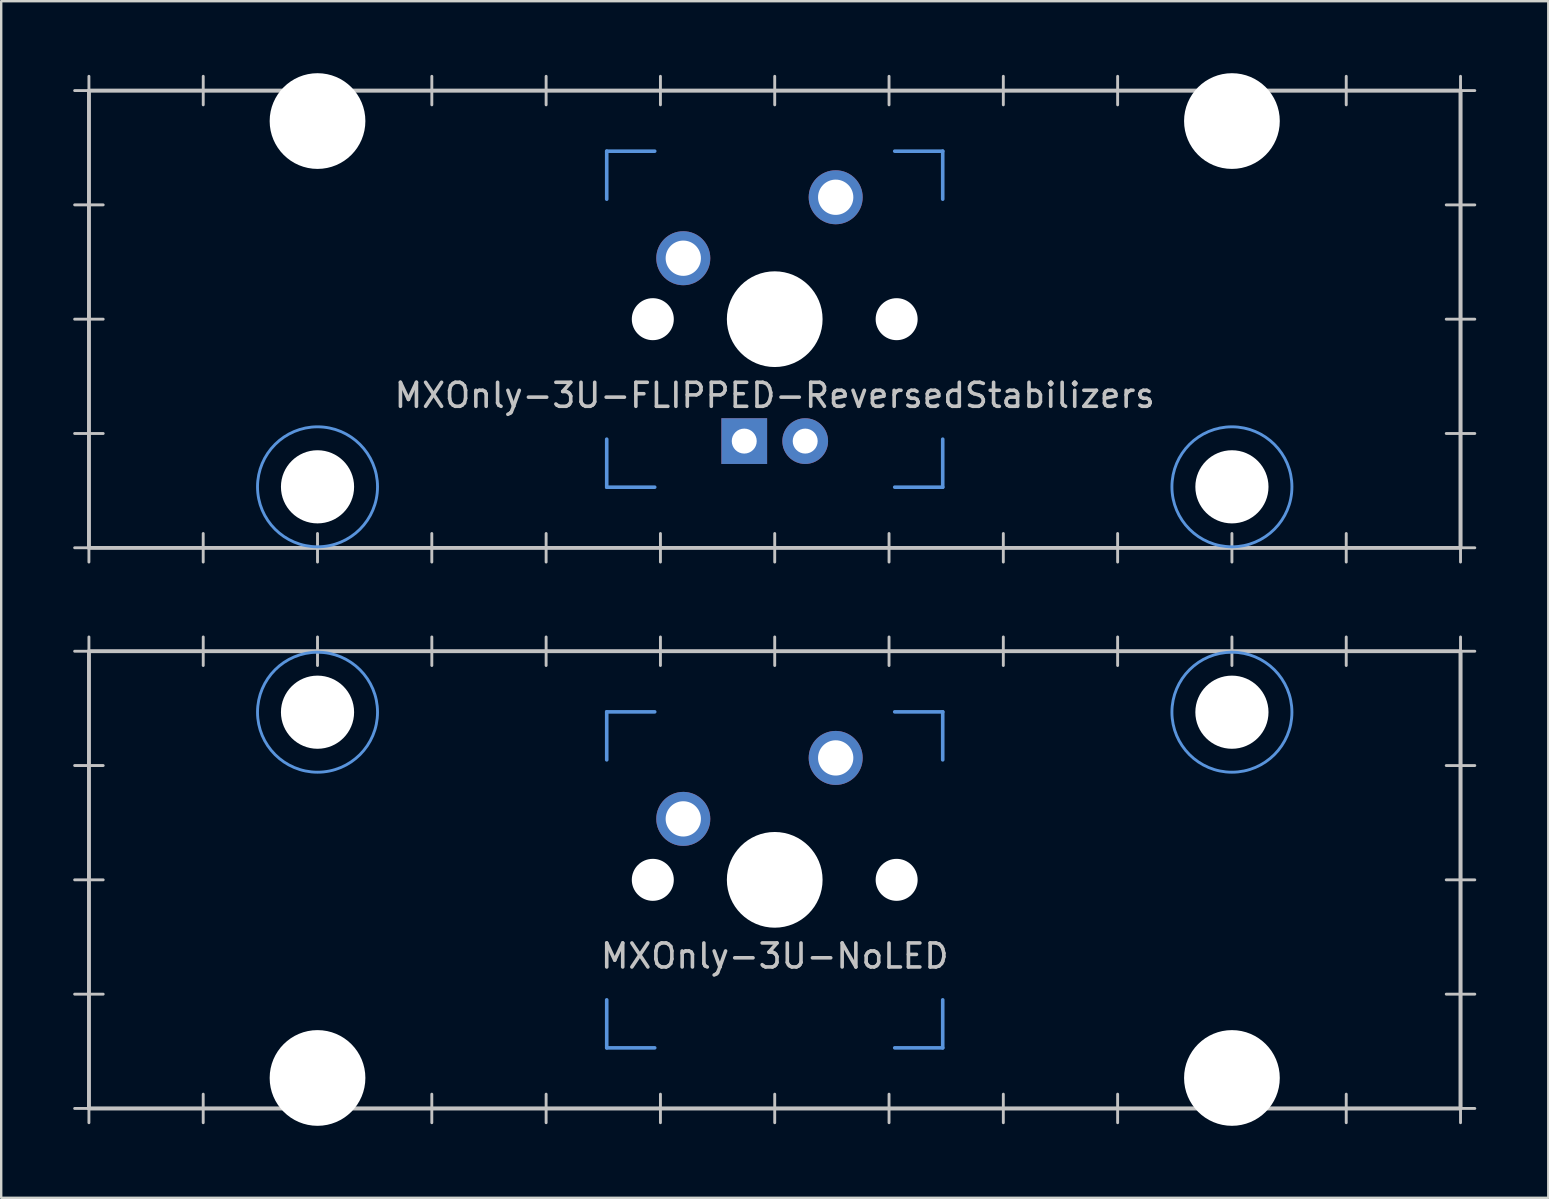
<source format=kicad_pcb>
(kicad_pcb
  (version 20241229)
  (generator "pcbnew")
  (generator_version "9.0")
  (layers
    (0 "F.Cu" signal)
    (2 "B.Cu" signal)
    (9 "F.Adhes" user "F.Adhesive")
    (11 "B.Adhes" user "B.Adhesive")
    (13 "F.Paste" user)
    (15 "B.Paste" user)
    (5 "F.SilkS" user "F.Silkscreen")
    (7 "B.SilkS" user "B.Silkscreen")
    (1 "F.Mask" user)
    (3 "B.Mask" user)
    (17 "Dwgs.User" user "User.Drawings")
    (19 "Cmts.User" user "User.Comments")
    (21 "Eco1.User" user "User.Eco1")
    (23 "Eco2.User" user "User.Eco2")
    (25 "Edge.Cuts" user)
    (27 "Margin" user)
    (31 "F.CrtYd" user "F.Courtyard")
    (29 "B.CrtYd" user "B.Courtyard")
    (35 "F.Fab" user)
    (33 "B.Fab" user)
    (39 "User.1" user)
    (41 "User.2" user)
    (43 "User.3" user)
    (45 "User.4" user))
  (footprint "MXOnly-3U-FLIPPED-ReversedStabilizers"
    (layer "F.Cu")
    (at 29.23 10.249)
    (property "Reference" "MXOnly-3U-FLIPPED-ReversedStabilizers" (at 0 3.175 0) (layer "Dwgs.User") (effects (font (size 1 1) (thickness 0.15))))
    (attr through_hole)
    (fp_line (start -29.17 -9.525) (end -28.575 -9.525) (stroke (width 0.12) (type solid)) (layer "Dwgs.User"))
    (fp_line (start -29.17 0) (end -27.98 0) (stroke (width 0.12) (type solid)) (layer "Dwgs.User"))
    (fp_line (start -29.17 4.763) (end -27.98 4.763) (stroke (width 0.12) (type solid)) (layer "Dwgs.User"))
    (fp_line (start -29.17 9.525) (end -28.575 9.525) (stroke (width 0.12) (type solid)) (layer "Dwgs.User"))
    (fp_line (start -28.575 10.12) (end -28.575 9.525) (stroke (width 0.12) (type solid)) (layer "Dwgs.User"))
    (fp_line (start -28.575 -10.12) (end -28.575 -9.525) (stroke (width 0.12) (type solid)) (layer "Dwgs.User"))
    (fp_line (start -28.575 -9.525) (end 28.575 -9.525) (stroke (width 0.15) (type solid)) (layer "Dwgs.User"))
    (fp_line (start -28.575 9.525) (end -28.575 -9.525) (stroke (width 0.15) (type solid)) (layer "Dwgs.User"))
    (fp_line (start -28.575 9.525) (end 28.575 9.525) (stroke (width 0.15) (type solid)) (layer "Dwgs.User"))
    (fp_line (start -28.575 -9.525) (end 28.575 -9.525) (stroke (width 0.15) (type solid)) (layer "Dwgs.User"))
    (fp_line (start -28.575 9.525) (end -28.575 -9.525) (stroke (width 0.15) (type solid)) (layer "Dwgs.User"))
    (fp_line (start -28.575 9.525) (end 28.575 9.525) (stroke (width 0.15) (type solid)) (layer "Dwgs.User"))
    (fp_line (start -27.98 -4.763) (end -29.17 -4.763) (stroke (width 0.12) (type solid)) (layer "Dwgs.User"))
    (fp_line (start -23.813 8.93) (end -23.813 10.12) (stroke (width 0.12) (type solid)) (layer "Dwgs.User"))
    (fp_line (start -23.812 -10.12) (end -23.812 -8.93) (stroke (width 0.12) (type solid)) (layer "Dwgs.User"))
    (fp_line (start -19.05 8.93) (end -19.05 10.12) (stroke (width 0.12) (type solid)) (layer "Dwgs.User"))
    (fp_line (start -19.05 -10.12) (end -19.05 -8.93) (stroke (width 0.12) (type solid)) (layer "Dwgs.User"))
    (fp_line (start -14.288 10.12) (end -14.288 8.93) (stroke (width 0.12) (type solid)) (layer "Dwgs.User"))
    (fp_line (start -14.287 -8.93) (end -14.287 -10.12) (stroke (width 0.12) (type solid)) (layer "Dwgs.User"))
    (fp_line (start -9.525 8.93) (end -9.525 10.12) (stroke (width 0.12) (type solid)) (layer "Dwgs.User"))
    (fp_line (start -9.525 -10.12) (end -9.525 -8.93) (stroke (width 0.12) (type solid)) (layer "Dwgs.User"))
    (fp_line (start -4.762 10.12) (end -4.762 8.93) (stroke (width 0.12) (type solid)) (layer "Dwgs.User"))
    (fp_line (start -4.762 -8.93) (end -4.762 -10.12) (stroke (width 0.12) (type solid)) (layer "Dwgs.User"))
    (fp_line (start 0.000006 8.93) (end 0.000006 10.12) (stroke (width 0.12) (type solid)) (layer "Dwgs.User"))
    (fp_line (start 0.000024 -10.12) (end 0.000024 -8.93) (stroke (width 0.12) (type solid)) (layer "Dwgs.User"))
    (fp_line (start 4.763 10.12) (end 4.763 8.93) (stroke (width 0.12) (type solid)) (layer "Dwgs.User"))
    (fp_line (start 4.763 -8.93) (end 4.763 -10.12) (stroke (width 0.12) (type solid)) (layer "Dwgs.User"))
    (fp_line (start 9.525 8.93) (end 9.525 10.12) (stroke (width 0.12) (type solid)) (layer "Dwgs.User"))
    (fp_line (start 9.525 -10.12) (end 9.525 -8.93) (stroke (width 0.12) (type solid)) (layer "Dwgs.User"))
    (fp_line (start 14.288 10.12) (end 14.288 8.93) (stroke (width 0.12) (type solid)) (layer "Dwgs.User"))
    (fp_line (start 14.288 -8.93) (end 14.288 -10.12) (stroke (width 0.12) (type solid)) (layer "Dwgs.User"))
    (fp_line (start 19.05 8.93) (end 19.05 10.12) (stroke (width 0.12) (type solid)) (layer "Dwgs.User"))
    (fp_line (start 19.05 -10.12) (end 19.05 -8.93) (stroke (width 0.12) (type solid)) (layer "Dwgs.User"))
    (fp_line (start 23.813 10.12) (end 23.813 8.93) (stroke (width 0.12) (type solid)) (layer "Dwgs.User"))
    (fp_line (start 23.813 -8.93) (end 23.813 -10.12) (stroke (width 0.12) (type solid)) (layer "Dwgs.User"))
    (fp_line (start 27.98 4.763) (end 29.17 4.763) (stroke (width 0.12) (type solid)) (layer "Dwgs.User"))
    (fp_line (start 28.575 -9.525) (end 28.575 9.525) (stroke (width 0.15) (type solid)) (layer "Dwgs.User"))
    (fp_line (start 28.575 -9.525) (end 28.575 9.525) (stroke (width 0.15) (type solid)) (layer "Dwgs.User"))
    (fp_line (start 28.575 10.12) (end 28.575 9.525) (stroke (width 0.12) (type solid)) (layer "Dwgs.User"))
    (fp_line (start 28.575 -10.12) (end 28.575 -9.525) (stroke (width 0.12) (type solid)) (layer "Dwgs.User"))
    (fp_line (start 29.17 -9.525) (end 28.575 -9.525) (stroke (width 0.12) (type solid)) (layer "Dwgs.User"))
    (fp_line (start 29.17 -4.762) (end 27.98 -4.762) (stroke (width 0.12) (type solid)) (layer "Dwgs.User"))
    (fp_line (start 29.17 0.000008) (end 27.98 0.000008) (stroke (width 0.12) (type solid)) (layer "Dwgs.User"))
    (fp_line (start 29.17 9.525) (end 28.575 9.525) (stroke (width 0.12) (type solid)) (layer "Dwgs.User"))
    (fp_line (start -7 -7) (end -7 -5) (stroke (width 0.15) (type solid)) (layer "Cmts.User"))
    (fp_line (start -7 7) (end -7 5) (stroke (width 0.15) (type solid)) (layer "Cmts.User"))
    (fp_line (start -5 -7) (end -7 -7) (stroke (width 0.15) (type solid)) (layer "Cmts.User"))
    (fp_line (start -5 7) (end -7 7) (stroke (width 0.15) (type solid)) (layer "Cmts.User"))
    (fp_line (start 5 -7) (end 7 -7) (stroke (width 0.15) (type solid)) (layer "Cmts.User"))
    (fp_line (start 7 -7) (end 7 -5) (stroke (width 0.15) (type solid)) (layer "Cmts.User"))
    (fp_line (start 7 5) (end 7 7) (stroke (width 0.15) (type solid)) (layer "Cmts.User"))
    (fp_line (start 7 7) (end 5 7) (stroke (width 0.15) (type solid)) (layer "Cmts.User"))
    (fp_circle (center -19.05 6.985) (end -21.55 6.985) (stroke (width 0.12) (type solid)) (fill no) (layer "Cmts.User"))
    (fp_circle (center 19.05 6.985) (end 16.55 6.985) (stroke (width 0.12) (type solid)) (fill no) (layer "Cmts.User"))
    (pad "" np_thru_hole circle (at -19.05 -8.255) (size 3.988 3.988) (drill 3.988) (layers "*.Cu" "*.Mask"))
    (pad "" np_thru_hole circle (at -19.05 6.985) (size 3.048 3.048) (drill 3.048) (layers "*.Cu" "*.Mask"))
    (pad "" np_thru_hole circle (at -5.08 0 48.1) (size 1.75 1.75) (drill 1.75) (layers "*.Cu" "*.Mask"))
    (pad "" np_thru_hole circle (at 0 0) (size 3.988 3.988) (drill 3.988) (layers "*.Cu" "*.Mask"))
    (pad "" np_thru_hole circle (at 5.08 0 48.1) (size 1.75 1.75) (drill 1.75) (layers "*.Cu" "*.Mask"))
    (pad "" np_thru_hole circle (at 19.05 -8.255) (size 3.988 3.988) (drill 3.988) (layers "*.Cu" "*.Mask"))
    (pad "" np_thru_hole circle (at 19.05 6.985) (size 3.048 3.048) (drill 3.048) (layers "*.Cu" "*.Mask"))
    (pad "1" thru_hole circle (at -3.81 -2.54 48.1) (size 2.25 2.25) (drill 1.47) (layers "*.Cu" "B.Mask"))
    (pad "2" thru_hole circle (at 2.54 -5.08) (size 2.25 2.25) (drill 1.47) (layers "*.Cu" "B.Mask"))
    (pad "3" thru_hole circle (at 1.27 5.08) (size 1.905 1.905) (drill 1.04) (layers "*.Cu" "B.Mask"))
    (pad "4" thru_hole rect (at -1.27 5.08) (size 1.905 1.905) (drill 1.04) (layers "*.Cu" "B.Mask")))
  (footprint "MXOnly-3U-NoLED"
    (layer "F.Cu")
    (at 29.23 33.61)
    (property "Reference" "MXOnly-3U-NoLED" (at 0 3.175 0) (layer "Dwgs.User") (effects (font (size 1 1) (thickness 0.15))))
    (attr through_hole)
    (fp_line (start -29.17 -9.525) (end -28.575 -9.525) (stroke (width 0.12) (type solid)) (layer "Dwgs.User"))
    (fp_line (start -29.17 0) (end -27.98 0) (stroke (width 0.12) (type solid)) (layer "Dwgs.User"))
    (fp_line (start -29.17 4.763) (end -27.98 4.763) (stroke (width 0.12) (type solid)) (layer "Dwgs.User"))
    (fp_line (start -29.17 9.525) (end -28.575 9.525) (stroke (width 0.12) (type solid)) (layer "Dwgs.User"))
    (fp_line (start -28.575 10.12) (end -28.575 9.525) (stroke (width 0.12) (type solid)) (layer "Dwgs.User"))
    (fp_line (start -28.575 -10.12) (end -28.575 -9.525) (stroke (width 0.12) (type solid)) (layer "Dwgs.User"))
    (fp_line (start -28.575 -9.525) (end 28.575 -9.525) (stroke (width 0.15) (type solid)) (layer "Dwgs.User"))
    (fp_line (start -28.575 9.525) (end -28.575 -9.525) (stroke (width 0.15) (type solid)) (layer "Dwgs.User"))
    (fp_line (start -28.575 9.525) (end 28.575 9.525) (stroke (width 0.15) (type solid)) (layer "Dwgs.User"))
    (fp_line (start -28.575 -9.525) (end 28.575 -9.525) (stroke (width 0.15) (type solid)) (layer "Dwgs.User"))
    (fp_line (start -28.575 9.525) (end -28.575 -9.525) (stroke (width 0.15) (type solid)) (layer "Dwgs.User"))
    (fp_line (start -28.575 9.525) (end 28.575 9.525) (stroke (width 0.15) (type solid)) (layer "Dwgs.User"))
    (fp_line (start -27.98 -4.763) (end -29.17 -4.763) (stroke (width 0.12) (type solid)) (layer "Dwgs.User"))
    (fp_line (start -23.813 8.93) (end -23.813 10.12) (stroke (width 0.12) (type solid)) (layer "Dwgs.User"))
    (fp_line (start -23.812 -10.12) (end -23.812 -8.93) (stroke (width 0.12) (type solid)) (layer "Dwgs.User"))
    (fp_line (start -19.05 8.93) (end -19.05 10.12) (stroke (width 0.12) (type solid)) (layer "Dwgs.User"))
    (fp_line (start -19.05 -10.12) (end -19.05 -8.93) (stroke (width 0.12) (type solid)) (layer "Dwgs.User"))
    (fp_line (start -14.288 10.12) (end -14.288 8.93) (stroke (width 0.12) (type solid)) (layer "Dwgs.User"))
    (fp_line (start -14.287 -8.93) (end -14.287 -10.12) (stroke (width 0.12) (type solid)) (layer "Dwgs.User"))
    (fp_line (start -9.525 8.93) (end -9.525 10.12) (stroke (width 0.12) (type solid)) (layer "Dwgs.User"))
    (fp_line (start -9.525 -10.12) (end -9.525 -8.93) (stroke (width 0.12) (type solid)) (layer "Dwgs.User"))
    (fp_line (start -4.762 10.12) (end -4.762 8.93) (stroke (width 0.12) (type solid)) (layer "Dwgs.User"))
    (fp_line (start -4.762 -8.93) (end -4.762 -10.12) (stroke (width 0.12) (type solid)) (layer "Dwgs.User"))
    (fp_line (start 0.000006 8.93) (end 0.000006 10.12) (stroke (width 0.12) (type solid)) (layer "Dwgs.User"))
    (fp_line (start 0.000024 -10.12) (end 0.000024 -8.93) (stroke (width 0.12) (type solid)) (layer "Dwgs.User"))
    (fp_line (start 4.763 10.12) (end 4.763 8.93) (stroke (width 0.12) (type solid)) (layer "Dwgs.User"))
    (fp_line (start 4.763 -8.93) (end 4.763 -10.12) (stroke (width 0.12) (type solid)) (layer "Dwgs.User"))
    (fp_line (start 9.525 8.93) (end 9.525 10.12) (stroke (width 0.12) (type solid)) (layer "Dwgs.User"))
    (fp_line (start 9.525 -10.12) (end 9.525 -8.93) (stroke (width 0.12) (type solid)) (layer "Dwgs.User"))
    (fp_line (start 14.288 10.12) (end 14.288 8.93) (stroke (width 0.12) (type solid)) (layer "Dwgs.User"))
    (fp_line (start 14.288 -8.93) (end 14.288 -10.12) (stroke (width 0.12) (type solid)) (layer "Dwgs.User"))
    (fp_line (start 19.05 8.93) (end 19.05 10.12) (stroke (width 0.12) (type solid)) (layer "Dwgs.User"))
    (fp_line (start 19.05 -10.12) (end 19.05 -8.93) (stroke (width 0.12) (type solid)) (layer "Dwgs.User"))
    (fp_line (start 23.813 10.12) (end 23.813 8.93) (stroke (width 0.12) (type solid)) (layer "Dwgs.User"))
    (fp_line (start 23.813 -8.93) (end 23.813 -10.12) (stroke (width 0.12) (type solid)) (layer "Dwgs.User"))
    (fp_line (start 27.98 4.763) (end 29.17 4.763) (stroke (width 0.12) (type solid)) (layer "Dwgs.User"))
    (fp_line (start 28.575 -9.525) (end 28.575 9.525) (stroke (width 0.15) (type solid)) (layer "Dwgs.User"))
    (fp_line (start 28.575 -9.525) (end 28.575 9.525) (stroke (width 0.15) (type solid)) (layer "Dwgs.User"))
    (fp_line (start 28.575 10.12) (end 28.575 9.525) (stroke (width 0.12) (type solid)) (layer "Dwgs.User"))
    (fp_line (start 28.575 -10.12) (end 28.575 -9.525) (stroke (width 0.12) (type solid)) (layer "Dwgs.User"))
    (fp_line (start 29.17 -9.525) (end 28.575 -9.525) (stroke (width 0.12) (type solid)) (layer "Dwgs.User"))
    (fp_line (start 29.17 -4.762) (end 27.98 -4.762) (stroke (width 0.12) (type solid)) (layer "Dwgs.User"))
    (fp_line (start 29.17 0.000008) (end 27.98 0.000008) (stroke (width 0.12) (type solid)) (layer "Dwgs.User"))
    (fp_line (start 29.17 9.525) (end 28.575 9.525) (stroke (width 0.12) (type solid)) (layer "Dwgs.User"))
    (fp_line (start -7 -7) (end -7 -5) (stroke (width 0.15) (type solid)) (layer "Cmts.User"))
    (fp_line (start -7 7) (end -7 5) (stroke (width 0.15) (type solid)) (layer "Cmts.User"))
    (fp_line (start -5 -7) (end -7 -7) (stroke (width 0.15) (type solid)) (layer "Cmts.User"))
    (fp_line (start -5 7) (end -7 7) (stroke (width 0.15) (type solid)) (layer "Cmts.User"))
    (fp_line (start 5 -7) (end 7 -7) (stroke (width 0.15) (type solid)) (layer "Cmts.User"))
    (fp_line (start 7 -7) (end 7 -5) (stroke (width 0.15) (type solid)) (layer "Cmts.User"))
    (fp_line (start 7 5) (end 7 7) (stroke (width 0.15) (type solid)) (layer "Cmts.User"))
    (fp_line (start 7 7) (end 5 7) (stroke (width 0.15) (type solid)) (layer "Cmts.User"))
    (fp_circle (center -19.05 -6.985) (end -16.55 -6.985) (stroke (width 0.12) (type solid)) (fill no) (layer "Cmts.User"))
    (fp_circle (center 19.05 -6.985) (end 21.55 -6.985) (stroke (width 0.12) (type solid)) (fill no) (layer "Cmts.User"))
    (pad "" np_thru_hole circle (at -19.05 -6.985) (size 3.048 3.048) (drill 3.048) (layers "*.Cu" "*.Mask"))
    (pad "" np_thru_hole circle (at -19.05 8.255) (size 3.988 3.988) (drill 3.988) (layers "*.Cu" "*.Mask"))
    (pad "" np_thru_hole circle (at -5.08 0 48.1) (size 1.75 1.75) (drill 1.75) (layers "*.Cu" "*.Mask"))
    (pad "" np_thru_hole circle (at 0 0) (size 3.988 3.988) (drill 3.988) (layers "*.Cu" "*.Mask"))
    (pad "" np_thru_hole circle (at 5.08 0 48.1) (size 1.75 1.75) (drill 1.75) (layers "*.Cu" "*.Mask"))
    (pad "" np_thru_hole circle (at 19.05 -6.985) (size 3.048 3.048) (drill 3.048) (layers "*.Cu" "*.Mask"))
    (pad "" np_thru_hole circle (at 19.05 8.255) (size 3.988 3.988) (drill 3.988) (layers "*.Cu" "*.Mask"))
    (pad "1" thru_hole circle (at -3.81 -2.54 48.1) (size 2.25 2.25) (drill 1.47) (layers "*.Cu" "B.Mask"))
    (pad "2" thru_hole circle (at 2.54 -5.08) (size 2.25 2.25) (drill 1.47) (layers "*.Cu" "B.Mask")))
  (gr_rect
    (start -3 -3)
    (end 61.461 46.858)
    (stroke (width 0.1) (type default))
    (fill no)
    (layer "Edge.Cuts")))
</source>
